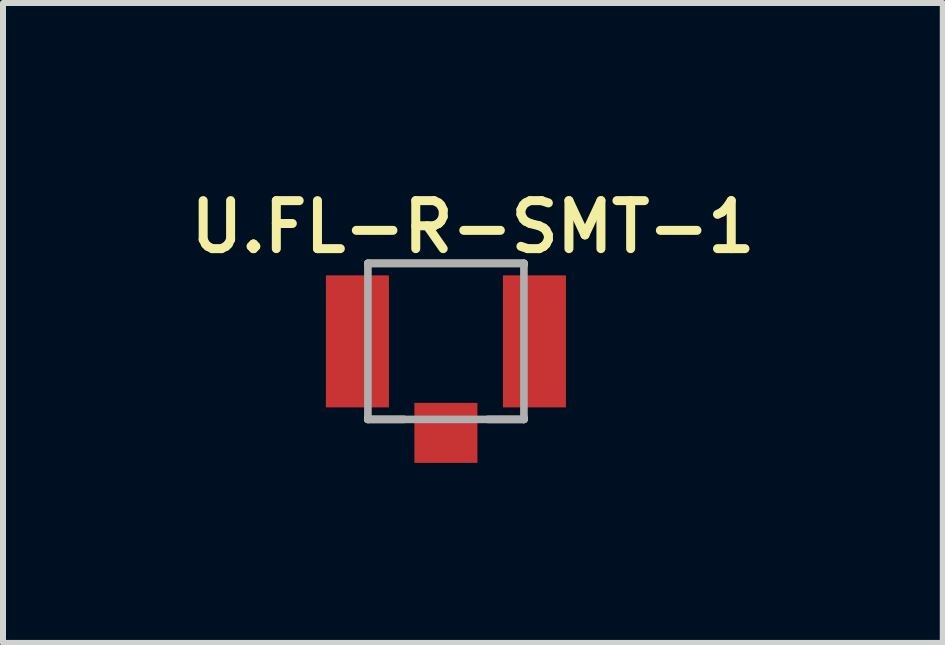
<source format=kicad_pcb>
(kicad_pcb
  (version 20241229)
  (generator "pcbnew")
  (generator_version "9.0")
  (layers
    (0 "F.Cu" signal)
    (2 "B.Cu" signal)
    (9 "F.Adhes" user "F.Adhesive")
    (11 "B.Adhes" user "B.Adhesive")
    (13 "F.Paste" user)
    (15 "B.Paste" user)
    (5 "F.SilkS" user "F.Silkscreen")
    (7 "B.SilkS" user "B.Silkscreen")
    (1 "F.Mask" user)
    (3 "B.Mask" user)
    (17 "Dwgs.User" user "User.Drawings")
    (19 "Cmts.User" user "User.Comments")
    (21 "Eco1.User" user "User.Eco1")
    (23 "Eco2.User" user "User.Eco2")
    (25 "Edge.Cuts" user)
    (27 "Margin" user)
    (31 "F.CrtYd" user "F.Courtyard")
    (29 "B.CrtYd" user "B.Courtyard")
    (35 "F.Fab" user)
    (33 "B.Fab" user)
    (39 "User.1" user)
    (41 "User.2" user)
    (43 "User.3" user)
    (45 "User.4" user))
  (footprint "U.FL-R-SMT-1"
    (layer "F.Cu")
    (at 4.381 2.639)
    (property "Reference" "U.FL-R-SMT-1" (at 0.45 -1.908 0) (layer "F.SilkS") (effects (font (size 0.8 0.8) (thickness 0.15))))
    (attr smd allow_missing_courtyard)
    (fp_line (start -1.3 -1.3) (end 1.3 -1.3) (stroke (width 0.127) (type solid)) (layer "F.SilkS"))
    (fp_line (start -1.3 -1.27) (end -1.3 -1.3) (stroke (width 0.127) (type solid)) (layer "F.SilkS"))
    (fp_line (start -1.3 1.3) (end -1.3 1.27) (stroke (width 0.127) (type solid)) (layer "F.SilkS"))
    (fp_line (start -0.7 1.3) (end -1.3 1.3) (stroke (width 0.127) (type solid)) (layer "F.SilkS"))
    (fp_line (start 0.7 1.3) (end 1.3 1.3) (stroke (width 0.127) (type solid)) (layer "F.SilkS"))
    (fp_line (start 1.3 -1.3) (end 1.3 -1.27) (stroke (width 0.127) (type solid)) (layer "F.SilkS"))
    (fp_line (start 1.3 1.3) (end 1.3 1.27) (stroke (width 0.127) (type solid)) (layer "F.SilkS"))
    (fp_line (start -1.3 -1.3) (end 1.3 -1.3) (stroke (width 0.127) (type solid)) (layer "F.Fab"))
    (fp_line (start -1.3 1.3) (end -1.3 -1.3) (stroke (width 0.127) (type solid)) (layer "F.Fab"))
    (fp_line (start 1.3 -1.3) (end 1.3 1.3) (stroke (width 0.127) (type solid)) (layer "F.Fab"))
    (fp_line (start 1.3 1.3) (end -1.3 1.3) (stroke (width 0.127) (type solid)) (layer "F.Fab"))
    (pad "GND1" smd rect (at -1.475 0) (size 1.05 2.2) (layers "F.Cu" "F.Mask" "F.Paste"))
    (pad "GND2" smd rect (at 1.475 0) (size 1.05 2.2) (layers "F.Cu" "F.Mask" "F.Paste"))
    (pad "SIG" smd rect (at 0 1.525) (size 1.05 1) (layers "F.Cu" "F.Mask" "F.Paste")))
  (gr_rect
    (start -3 -3)
    (end 12.661 7.664)
    (stroke (width 0.1) (type default))
    (fill no)
    (layer "Edge.Cuts")))
</source>
